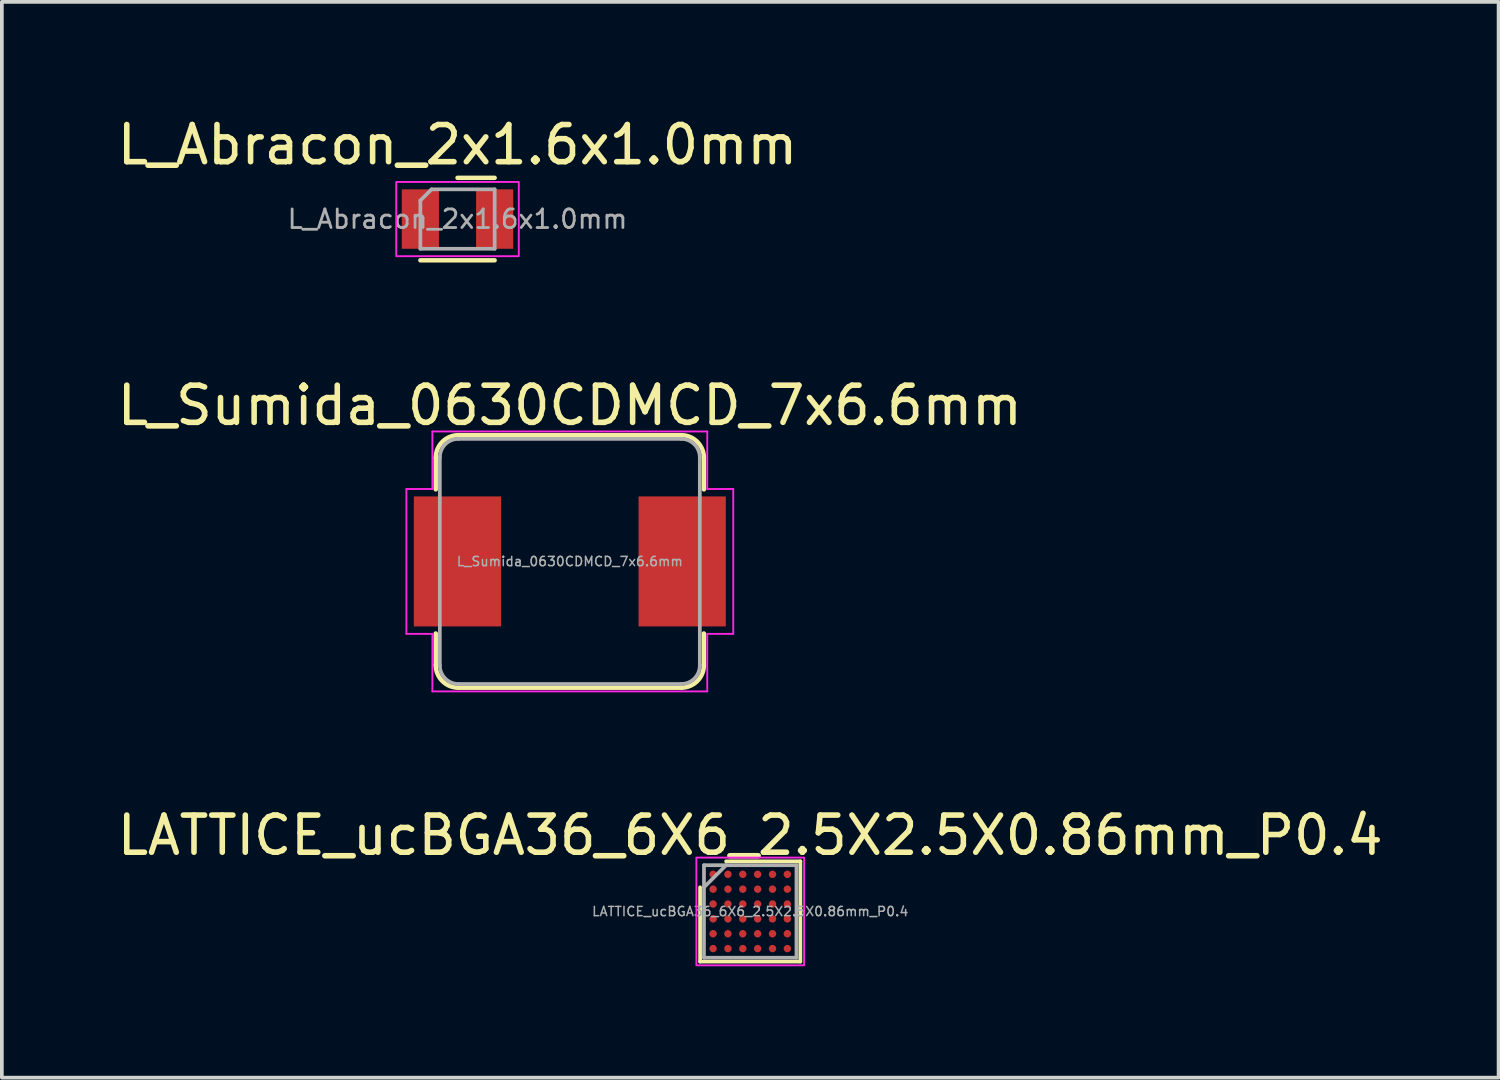
<source format=kicad_pcb>
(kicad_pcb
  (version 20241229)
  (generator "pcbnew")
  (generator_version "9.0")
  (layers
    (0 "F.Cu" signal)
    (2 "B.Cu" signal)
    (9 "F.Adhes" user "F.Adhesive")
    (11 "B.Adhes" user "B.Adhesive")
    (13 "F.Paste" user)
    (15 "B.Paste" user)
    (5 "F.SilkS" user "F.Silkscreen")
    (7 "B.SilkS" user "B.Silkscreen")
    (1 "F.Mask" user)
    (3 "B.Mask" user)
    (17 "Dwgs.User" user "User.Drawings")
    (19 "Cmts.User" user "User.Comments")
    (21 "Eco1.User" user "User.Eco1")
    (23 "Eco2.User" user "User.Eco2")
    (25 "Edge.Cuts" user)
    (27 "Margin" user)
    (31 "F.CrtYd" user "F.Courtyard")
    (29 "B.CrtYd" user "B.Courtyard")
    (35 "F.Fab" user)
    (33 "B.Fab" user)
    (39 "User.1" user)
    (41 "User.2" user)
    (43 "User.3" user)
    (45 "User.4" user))
  (footprint "L_Sumida_0630CDMCD_7x6.6mm"
    (layer "F.Cu")
    (at 12.292 12.066)
    (property "Reference" "L_Sumida_0630CDMCD_7x6.6mm" (at 0 -4.2 0) (layer "F.SilkS") (effects (font (size 1 1) (thickness 0.15))))
    (attr smd)
    (fp_line (start -3.61 -1.94) (end -3.61 -2.79) (stroke (width 0.12) (type solid)) (layer "F.SilkS"))
    (fp_line (start -3.61 2.79) (end -3.61 1.94) (stroke (width 0.12) (type solid)) (layer "F.SilkS"))
    (fp_line (start -3 -3.4) (end 3 -3.4) (stroke (width 0.12) (type solid)) (layer "F.SilkS"))
    (fp_line (start 3 3.4) (end -3 3.4) (stroke (width 0.12) (type solid)) (layer "F.SilkS"))
    (fp_line (start 3.61 -2.79) (end 3.61 -1.94) (stroke (width 0.12) (type solid)) (layer "F.SilkS"))
    (fp_line (start 3.61 1.94) (end 3.61 2.79) (stroke (width 0.12) (type solid)) (layer "F.SilkS"))
    (fp_arc (start -3.61 -2.79) (mid -3.431335 -3.221335) (end -3 -3.4) (stroke (width 0.12) (type solid)) (layer "F.SilkS"))
    (fp_arc (start -3 3.4) (mid -3.431335 3.221335) (end -3.61 2.79) (stroke (width 0.12) (type solid)) (layer "F.SilkS"))
    (fp_arc (start 3 -3.4) (mid 3.431335 -3.221335) (end 3.61 -2.79) (stroke (width 0.12) (type solid)) (layer "F.SilkS"))
    (fp_arc (start 3.61 2.79) (mid 3.431335 3.221335) (end 3 3.4) (stroke (width 0.12) (type solid)) (layer "F.SilkS"))
    (fp_line (start -4.4 -1.95) (end -3.7 -1.95) (stroke (width 0.05) (type solid)) (layer "F.CrtYd"))
    (fp_line (start -4.4 1.95) (end -4.4 -1.95) (stroke (width 0.05) (type solid)) (layer "F.CrtYd"))
    (fp_line (start -3.7 -3.5) (end 3.7 -3.5) (stroke (width 0.05) (type solid)) (layer "F.CrtYd"))
    (fp_line (start -3.7 -1.95) (end -3.7 -3.5) (stroke (width 0.05) (type solid)) (layer "F.CrtYd"))
    (fp_line (start -3.7 1.95) (end -4.4 1.95) (stroke (width 0.05) (type solid)) (layer "F.CrtYd"))
    (fp_line (start -3.7 3.5) (end -3.7 1.95) (stroke (width 0.05) (type solid)) (layer "F.CrtYd"))
    (fp_line (start 3.7 -3.5) (end 3.7 -1.95) (stroke (width 0.05) (type solid)) (layer "F.CrtYd"))
    (fp_line (start 3.7 -1.95) (end 4.4 -1.95) (stroke (width 0.05) (type solid)) (layer "F.CrtYd"))
    (fp_line (start 3.7 1.95) (end 3.7 3.5) (stroke (width 0.05) (type solid)) (layer "F.CrtYd"))
    (fp_line (start 3.7 3.5) (end -3.7 3.5) (stroke (width 0.05) (type solid)) (layer "F.CrtYd"))
    (fp_line (start 4.4 -1.95) (end 4.4 1.95) (stroke (width 0.05) (type solid)) (layer "F.CrtYd"))
    (fp_line (start 4.4 1.95) (end 3.7 1.95) (stroke (width 0.05) (type solid)) (layer "F.CrtYd"))
    (fp_line (start -3.5 2.8) (end -3.5 -2.8) (stroke (width 0.1) (type solid)) (layer "F.Fab"))
    (fp_line (start -3 -3.3) (end 3 -3.3) (stroke (width 0.1) (type solid)) (layer "F.Fab"))
    (fp_line (start 3 3.3) (end -3 3.3) (stroke (width 0.1) (type solid)) (layer "F.Fab"))
    (fp_line (start 3.5 -2.8) (end 3.5 2.8) (stroke (width 0.1) (type solid)) (layer "F.Fab"))
    (fp_arc (start -3.5 -2.8) (mid -3.353553 -3.153553) (end -3 -3.3) (stroke (width 0.1) (type solid)) (layer "F.Fab"))
    (fp_arc (start -3 3.3) (mid -3.353553 3.153553) (end -3.5 2.8) (stroke (width 0.1) (type solid)) (layer "F.Fab"))
    (fp_arc (start 3 -3.3) (mid 3.353553 -3.153553) (end 3.5 -2.8) (stroke (width 0.1) (type solid)) (layer "F.Fab"))
    (fp_arc (start 3.5 2.8) (mid 3.353553 3.153553) (end 3 3.3) (stroke (width 0.1) (type solid)) (layer "F.Fab"))
    (fp_text user "${REFERENCE}" (at 0 0 0) (layer "F.Fab") (effects (font (size 0.25 0.25) (thickness 0.04))))
    (pad "1" smd rect (at -3.025 0) (size 2.35 3.5) (layers "F.Cu" "F.Mask" "F.Paste"))
    (pad "2" smd rect (at 3.025 0) (size 2.35 3.5) (layers "F.Cu" "F.Mask" "F.Paste")))
  (footprint "LATTICE_ucBGA36_6X6_2.5X2.5X0.86mm_P0.4"
    (layer "F.Cu")
    (at 17.149 21.49)
    (property "Reference" "LATTICE_ucBGA36_6X6_2.5X2.5X0.86mm_P0.4" (at 0 -2.05 0) (unlocked yes) (layer "F.SilkS") (effects (font (size 1 1) (thickness 0.15))))
    (attr smd)
    (fp_line (start -1.35 1.35) (end -1.35 -0.65) (stroke (width 0.1) (type default)) (layer "F.SilkS"))
    (fp_line (start -0.65 -1.35) (end 1.35 -1.35) (stroke (width 0.1) (type default)) (layer "F.SilkS"))
    (fp_line (start 1.35 -1.35) (end 1.35 1.35) (stroke (width 0.1) (type default)) (layer "F.SilkS"))
    (fp_line (start 1.35 1.35) (end -1.35 1.35) (stroke (width 0.1) (type default)) (layer "F.SilkS"))
    (fp_rect (start -1.45 -1.45) (end 1.45 1.45) (stroke (width 0.05) (type default)) (fill no) (layer "F.CrtYd"))
    (fp_line (start -1.245 -1.245) (end -1.245 1.245) (stroke (width 0.1) (type solid)) (layer "F.Fab"))
    (fp_line (start -1.245 1.245) (end 1.245 1.245) (stroke (width 0.1) (type solid)) (layer "F.Fab"))
    (fp_line (start -0.65 -1.245) (end -1.245 -0.65) (stroke (width 0.1) (type solid)) (layer "F.Fab"))
    (fp_line (start 1.245 -1.245) (end -1.245 -1.245) (stroke (width 0.1) (type solid)) (layer "F.Fab"))
    (fp_line (start 1.245 1.245) (end 1.245 -1.245) (stroke (width 0.1) (type solid)) (layer "F.Fab"))
    (fp_text user "${REFERENCE}" (at 0 0 0) (unlocked yes) (layer "F.Fab") (effects (font (size 0.25 0.25) (thickness 0.04))))
    (pad "A1" smd circle (at -1 -1) (size 0.2 0.2) (layers "F.Cu" "F.Mask" "F.Paste"))
    (pad "A2" smd circle (at -0.6 -1) (size 0.2 0.2) (layers "F.Cu" "F.Mask" "F.Paste"))
    (pad "A3" smd circle (at -0.2 -1) (size 0.2 0.2) (layers "F.Cu" "F.Mask" "F.Paste"))
    (pad "A4" smd circle (at 0.2 -1) (size 0.2 0.2) (layers "F.Cu" "F.Mask" "F.Paste"))
    (pad "A5" smd circle (at 0.6 -1) (size 0.2 0.2) (layers "F.Cu" "F.Mask" "F.Paste"))
    (pad "A6" smd circle (at 1 -1) (size 0.2 0.2) (layers "F.Cu" "F.Mask" "F.Paste"))
    (pad "B1" smd circle (at -1 -0.6) (size 0.2 0.2) (layers "F.Cu" "F.Mask" "F.Paste"))
    (pad "B2" smd circle (at -0.6 -0.6) (size 0.2 0.2) (layers "F.Cu" "F.Mask" "F.Paste"))
    (pad "B3" smd circle (at -0.2 -0.6) (size 0.2 0.2) (layers "F.Cu" "F.Mask" "F.Paste"))
    (pad "B4" smd circle (at 0.2 -0.6) (size 0.2 0.2) (layers "F.Cu" "F.Mask" "F.Paste"))
    (pad "B5" smd circle (at 0.6 -0.6) (size 0.2 0.2) (layers "F.Cu" "F.Mask" "F.Paste"))
    (pad "B6" smd circle (at 1 -0.6) (size 0.2 0.2) (layers "F.Cu" "F.Mask" "F.Paste"))
    (pad "C1" smd circle (at -1 -0.2) (size 0.2 0.2) (layers "F.Cu" "F.Mask" "F.Paste"))
    (pad "C2" smd circle (at -0.6 -0.2) (size 0.2 0.2) (layers "F.Cu" "F.Mask" "F.Paste"))
    (pad "C3" smd circle (at -0.2 -0.2) (size 0.2 0.2) (layers "F.Cu" "F.Mask" "F.Paste"))
    (pad "C4" smd circle (at 0.2 -0.2) (size 0.2 0.2) (layers "F.Cu" "F.Mask" "F.Paste"))
    (pad "C5" smd circle (at 0.6 -0.2) (size 0.2 0.2) (layers "F.Cu" "F.Mask" "F.Paste"))
    (pad "C6" smd circle (at 1 -0.2) (size 0.2 0.2) (layers "F.Cu" "F.Mask" "F.Paste"))
    (pad "D1" smd circle (at -1 0.2) (size 0.2 0.2) (layers "F.Cu" "F.Mask" "F.Paste"))
    (pad "D2" smd circle (at -0.6 0.2) (size 0.2 0.2) (layers "F.Cu" "F.Mask" "F.Paste"))
    (pad "D3" smd circle (at -0.2 0.2) (size 0.2 0.2) (layers "F.Cu" "F.Mask" "F.Paste"))
    (pad "D4" smd circle (at 0.2 0.2) (size 0.2 0.2) (layers "F.Cu" "F.Mask" "F.Paste"))
    (pad "D5" smd circle (at 0.6 0.2) (size 0.2 0.2) (layers "F.Cu" "F.Mask" "F.Paste"))
    (pad "D6" smd circle (at 1 0.2) (size 0.2 0.2) (layers "F.Cu" "F.Mask" "F.Paste"))
    (pad "E1" smd circle (at -1 0.6) (size 0.2 0.2) (layers "F.Cu" "F.Mask" "F.Paste"))
    (pad "E2" smd circle (at -0.6 0.6) (size 0.2 0.2) (layers "F.Cu" "F.Mask" "F.Paste"))
    (pad "E3" smd circle (at -0.2 0.6) (size 0.2 0.2) (layers "F.Cu" "F.Mask" "F.Paste"))
    (pad "E4" smd circle (at 0.2 0.6) (size 0.2 0.2) (layers "F.Cu" "F.Mask" "F.Paste"))
    (pad "E5" smd circle (at 0.6 0.6) (size 0.2 0.2) (layers "F.Cu" "F.Mask" "F.Paste"))
    (pad "E6" smd circle (at 1 0.6) (size 0.2 0.2) (layers "F.Cu" "F.Mask" "F.Paste"))
    (pad "F1" smd circle (at -1 1) (size 0.2 0.2) (layers "F.Cu" "F.Mask" "F.Paste"))
    (pad "F2" smd circle (at -0.6 1) (size 0.2 0.2) (layers "F.Cu" "F.Mask" "F.Paste"))
    (pad "F3" smd circle (at -0.2 1) (size 0.2 0.2) (layers "F.Cu" "F.Mask" "F.Paste"))
    (pad "F4" smd circle (at 0.2 1) (size 0.2 0.2) (layers "F.Cu" "F.Mask" "F.Paste"))
    (pad "F5" smd circle (at 0.6 1) (size 0.2 0.2) (layers "F.Cu" "F.Mask" "F.Paste"))
    (pad "F6" smd circle (at 1 1) (size 0.2 0.2) (layers "F.Cu" "F.Mask" "F.Paste")))
  (footprint "L_Abracon_2x1.6x1.0mm"
    (layer "F.Cu")
    (at 9.268 2.848)
    (property "Reference" "L_Abracon_2x1.6x1.0mm" (at 0 -2 0) (unlocked yes) (layer "F.SilkS") (effects (font (size 1 1) (thickness 0.15))))
    (attr smd)
    (fp_line (start -1 1.11) (end 1 1.11) (stroke (width 0.12) (type solid)) (layer "F.SilkS"))
    (fp_line (start 0 -1.11) (end 1 -1.11) (stroke (width 0.12) (type solid)) (layer "F.SilkS"))
    (fp_rect (start -1.65 -1) (end 1.65 1) (stroke (width 0.05) (type solid)) (fill no) (layer "F.CrtYd"))
    (fp_line (start -1 -0.5) (end -1 0.8) (stroke (width 0.1) (type solid)) (layer "F.Fab"))
    (fp_line (start -1 0.8) (end 1 0.8) (stroke (width 0.1) (type solid)) (layer "F.Fab"))
    (fp_line (start -0.7 -0.8) (end -1 -0.5) (stroke (width 0.1) (type solid)) (layer "F.Fab"))
    (fp_line (start -0.7 -0.8) (end 1 -0.8) (stroke (width 0.1) (type solid)) (layer "F.Fab"))
    (fp_line (start 1 -0.8) (end 1 0.8) (stroke (width 0.1) (type solid)) (layer "F.Fab"))
    (fp_text user "${REFERENCE}" (at 0 0 0) (unlocked yes) (layer "F.Fab") (effects (font (size 0.5 0.5) (thickness 0.075))))
    (pad "1" smd rect (at -1 0) (size 1 1.6) (layers "F.Cu" "F.Mask" "F.Paste"))
    (pad "2" smd rect (at 1 0) (size 1 1.6) (layers "F.Cu" "F.Mask" "F.Paste")))
  (gr_rect
    (start -3 -3)
    (end 37.298 25.965)
    (stroke (width 0.1) (type default))
    (fill no)
    (layer "Edge.Cuts")))
</source>
